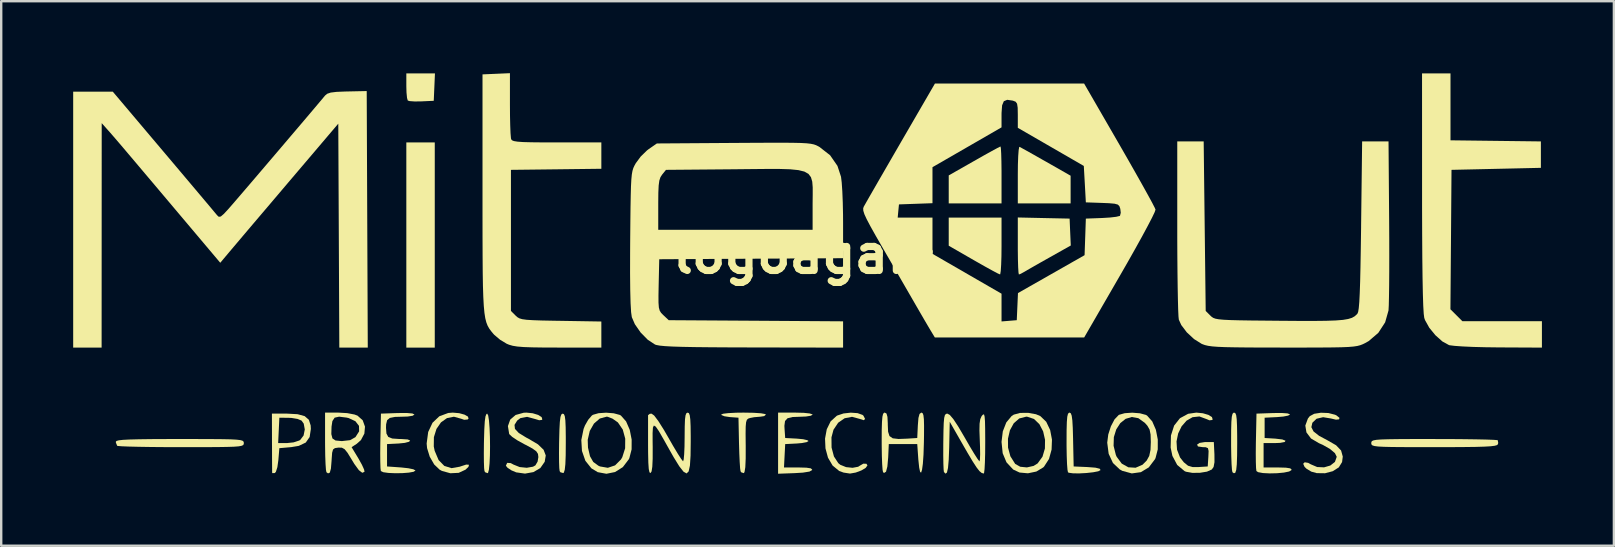
<source format=kicad_pcb>
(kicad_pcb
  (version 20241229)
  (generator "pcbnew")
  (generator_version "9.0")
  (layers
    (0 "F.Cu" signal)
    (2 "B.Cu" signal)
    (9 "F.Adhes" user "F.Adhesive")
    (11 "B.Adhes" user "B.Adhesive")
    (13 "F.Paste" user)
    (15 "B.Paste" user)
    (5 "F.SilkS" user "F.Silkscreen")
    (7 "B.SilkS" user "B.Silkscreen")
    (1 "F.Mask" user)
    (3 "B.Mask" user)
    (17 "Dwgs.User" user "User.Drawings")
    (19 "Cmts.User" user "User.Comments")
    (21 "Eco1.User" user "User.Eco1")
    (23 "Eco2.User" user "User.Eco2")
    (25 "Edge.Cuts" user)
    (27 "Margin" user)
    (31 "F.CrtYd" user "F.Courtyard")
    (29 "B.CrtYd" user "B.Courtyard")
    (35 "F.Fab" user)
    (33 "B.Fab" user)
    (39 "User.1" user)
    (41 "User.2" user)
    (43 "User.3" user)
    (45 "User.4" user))
  (footprint "logoagain"
    (layer "F.Cu")
    (at 30.522 7.543)
    (property "Reference" "logoagain" (at 0 0 0) (layer "F.SilkS") (effects (font (size 1.5 1.5) (thickness 0.3))))
    (attr board_only exclude_from_pos_files exclude_from_bom)
    (fp_poly (pts (xy -15.452 -0.381) (xy -15.452 3.895) (xy -16.044 3.895) (xy -16.637 3.895) (xy -16.637 -0.381) (xy -16.637 -4.657) (xy -16.044 -4.657) (xy -15.452 -4.657)) (stroke (width 0) (type solid)) (fill yes) (layer "F.SilkS"))
    (fp_poly (pts (xy -15.469 -6.964) (xy -15.494 -6.392) (xy -16.005 -6.368) (xy -16.287 -6.364) (xy -16.496 -6.379) (xy -16.577 -6.403) (xy -16.608 -6.513) (xy -16.63 -6.741) (xy -16.637 -6.999) (xy -16.637 -7.535) (xy -16.04 -7.535) (xy -15.444 -7.535)) (stroke (width 0) (type solid)) (fill yes) (layer "F.SilkS"))
    (fp_poly (pts (xy 8.143 -4.408) (xy 8.156 -4.189) (xy 8.165 -3.862) (xy 8.17 -3.456) (xy 8.17 -3.302) (xy 8.17 -2.117) (xy 7.07 -2.117) (xy 5.969 -2.117) (xy 5.969 -2.699) (xy 5.969 -3.282) (xy 7.027 -3.884) (xy 7.406 -4.099) (xy 7.732 -4.28) (xy 7.975 -4.412) (xy 8.11 -4.481) (xy 8.128 -4.487)) (stroke (width 0) (type solid)) (fill yes) (layer "F.SilkS"))
    (fp_poly (pts (xy 8.17 -0.339) (xy 8.166 0.087) (xy 8.154 0.445) (xy 8.137 0.704) (xy 8.115 0.835) (xy 8.107 0.844) (xy 8.014 0.804) (xy 7.804 0.693) (xy 7.503 0.527) (xy 7.141 0.322) (xy 7.006 0.245) (xy 5.969 -0.352) (xy 5.969 -0.938) (xy 5.969 -1.524) (xy 7.07 -1.524) (xy 8.17 -1.524)) (stroke (width 0) (type solid)) (fill yes) (layer "F.SilkS"))
    (fp_poly (pts (xy 9.012 -4.423) (xy 9.226 -4.305) (xy 9.529 -4.135) (xy 9.893 -3.928) (xy 10.018 -3.858) (xy 11.049 -3.27) (xy 11.049 -2.693) (xy 11.049 -2.117) (xy 9.948 -2.117) (xy 8.848 -2.117) (xy 8.848 -3.309) (xy 8.852 -3.733) (xy 8.865 -4.087) (xy 8.884 -4.341) (xy 8.908 -4.466) (xy 8.917 -4.473)) (stroke (width 0) (type solid)) (fill yes) (layer "F.SilkS"))
    (fp_poly (pts (xy 9.927 -1.505) (xy 11.007 -1.482) (xy 11.031 -0.921) (xy 11.056 -0.361) (xy 10.185 0.129) (xy 9.822 0.333) (xy 9.499 0.517) (xy 9.251 0.659) (xy 9.126 0.733) (xy 8.969 0.819) (xy 8.893 0.847) (xy 8.877 0.767) (xy 8.863 0.548) (xy 8.853 0.221) (xy 8.848 -0.185) (xy 8.848 -0.341) (xy 8.848 -1.529)) (stroke (width 0) (type solid)) (fill yes) (layer "F.SilkS"))
    (fp_poly (pts (xy -13.225 6.725) (xy -13.192 6.937) (xy -13.168 7.245) (xy -13.153 7.615) (xy -13.148 8.009) (xy -13.153 8.393) (xy -13.169 8.729) (xy -13.195 8.983) (xy -13.232 9.117) (xy -13.245 9.128) (xy -13.35 9.091) (xy -13.38 9.041) (xy -13.395 8.916) (xy -13.404 8.658) (xy -13.407 8.3) (xy -13.403 7.88) (xy -13.401 7.785) (xy -13.387 7.301) (xy -13.367 6.966) (xy -13.338 6.76) (xy -13.298 6.662) (xy -13.266 6.646)) (stroke (width 0) (type solid)) (fill yes) (layer "F.SilkS"))
    (fp_poly (pts (xy 17.914 6.627) (xy 17.95 6.712) (xy 17.972 6.882) (xy 17.985 7.161) (xy 17.991 7.572) (xy 17.992 7.874) (xy 17.988 8.394) (xy 17.975 8.762) (xy 17.951 8.996) (xy 17.911 9.113) (xy 17.854 9.131) (xy 17.794 9.088) (xy 17.774 8.987) (xy 17.757 8.749) (xy 17.745 8.405) (xy 17.738 7.987) (xy 17.738 7.818) (xy 17.74 7.333) (xy 17.749 6.994) (xy 17.767 6.776) (xy 17.797 6.655) (xy 17.841 6.608) (xy 17.865 6.604)) (stroke (width 0) (type solid)) (fill yes) (layer "F.SilkS"))
    (fp_poly (pts (xy -10.067 6.67) (xy -10.032 6.756) (xy -10.009 6.929) (xy -9.996 7.213) (xy -9.991 7.631) (xy -9.991 7.867) (xy -9.995 8.385) (xy -10.009 8.752) (xy -10.034 8.985) (xy -10.072 9.102) (xy -10.096 9.123) (xy -10.215 9.09) (xy -10.247 9.041) (xy -10.262 8.916) (xy -10.271 8.658) (xy -10.274 8.3) (xy -10.27 7.88) (xy -10.268 7.785) (xy -10.256 7.316) (xy -10.239 6.992) (xy -10.214 6.789) (xy -10.178 6.682) (xy -10.127 6.647) (xy -10.118 6.646)) (stroke (width 0) (type solid)) (fill yes) (layer "F.SilkS"))
    (fp_poly (pts (xy 11.057 6.632) (xy 11.094 6.731) (xy 11.121 6.926) (xy 11.139 7.242) (xy 11.152 7.701) (xy 11.152 7.726) (xy 11.176 8.848) (xy 11.753 8.873) (xy 12.086 8.899) (xy 12.263 8.943) (xy 12.297 8.999) (xy 12.203 9.049) (xy 11.991 9.09) (xy 11.712 9.121) (xy 11.416 9.137) (xy 11.155 9.135) (xy 10.979 9.111) (xy 10.94 9.092) (xy 10.919 8.99) (xy 10.9 8.75) (xy 10.887 8.405) (xy 10.88 7.987) (xy 10.88 7.818) (xy 10.882 7.332) (xy 10.892 6.991) (xy 10.91 6.773) (xy 10.94 6.653) (xy 10.985 6.607) (xy 11.004 6.604)) (stroke (width 0) (type solid)) (fill yes) (layer "F.SilkS"))
    (fp_poly (pts (xy -2.162 6.611) (xy -1.855 6.632) (xy -1.681 6.664) (xy -1.651 6.689) (xy -1.724 6.75) (xy -1.884 6.774) (xy -2.14 6.795) (xy -2.311 6.828) (xy -2.39 6.855) (xy -2.444 6.905) (xy -2.477 7.007) (xy -2.493 7.189) (xy -2.497 7.48) (xy -2.493 7.906) (xy -2.492 7.988) (xy -2.493 8.516) (xy -2.509 8.88) (xy -2.542 9.081) (xy -2.573 9.127) (xy -2.681 9.091) (xy -2.708 9.045) (xy -2.726 8.921) (xy -2.743 8.664) (xy -2.759 8.311) (xy -2.771 7.899) (xy -2.772 7.874) (xy -2.794 6.816) (xy -3.154 6.79) (xy -3.374 6.757) (xy -3.501 6.706) (xy -3.514 6.684) (xy -3.434 6.651) (xy -3.217 6.625) (xy -2.893 6.608) (xy -2.582 6.604)) (stroke (width 0) (type solid)) (fill yes) (layer "F.SilkS"))
    (fp_poly (pts (xy -0.073 6.613) (xy 0.175 6.639) (xy 0.291 6.678) (xy 0.296 6.689) (xy 0.22 6.734) (xy 0.021 6.766) (xy -0.191 6.775) (xy -0.54 6.788) (xy -0.75 6.84) (xy -0.854 6.955) (xy -0.88 7.155) (xy -0.873 7.29) (xy -0.847 7.662) (xy -0.36 7.688) (xy -0.098 7.713) (xy 0.078 7.754) (xy 0.127 7.789) (xy 0.05 7.834) (xy -0.149 7.872) (xy -0.36 7.891) (xy -0.847 7.916) (xy -0.872 8.403) (xy -0.897 8.89) (xy -0.294 8.89) (xy 0.037 8.899) (xy 0.221 8.927) (xy 0.278 8.979) (xy 0.275 8.996) (xy 0.167 9.061) (xy -0.109 9.105) (xy -0.451 9.126) (xy -1.143 9.151) (xy -1.143 7.877) (xy -1.143 6.604) (xy -0.423 6.604)) (stroke (width 0) (type solid)) (fill yes) (layer "F.SilkS"))
    (fp_poly (pts (xy -14.432 6.628) (xy -14.21 6.689) (xy -14.069 6.77) (xy -14.044 6.855) (xy -14.082 6.891) (xy -14.226 6.903) (xy -14.344 6.862) (xy -14.653 6.775) (xy -14.943 6.833) (xy -15.193 7.011) (xy -15.381 7.284) (xy -15.488 7.626) (xy -15.493 8.014) (xy -15.456 8.195) (xy -15.292 8.581) (xy -15.054 8.825) (xy -14.753 8.919) (xy -14.403 8.857) (xy -14.376 8.846) (xy -14.14 8.769) (xy -14.026 8.777) (xy -14.047 8.863) (xy -14.17 8.982) (xy -14.455 9.114) (xy -14.803 9.131) (xy -15.153 9.034) (xy -15.248 8.983) (xy -15.476 8.765) (xy -15.661 8.443) (xy -15.772 8.084) (xy -15.79 7.893) (xy -15.726 7.411) (xy -15.546 7.027) (xy -15.262 6.757) (xy -14.89 6.619) (xy -14.699 6.604)) (stroke (width 0) (type solid)) (fill yes) (layer "F.SilkS"))
    (fp_poly (pts (xy -25.336 7.705) (xy -24.746 7.707) (xy -24.291 7.711) (xy -23.953 7.718) (xy -23.715 7.731) (xy -23.559 7.749) (xy -23.468 7.774) (xy -23.425 7.807) (xy -23.411 7.849) (xy -23.41 7.874) (xy -23.415 7.922) (xy -23.441 7.959) (xy -23.507 7.988) (xy -23.629 8.01) (xy -23.825 8.025) (xy -24.113 8.034) (xy -24.51 8.04) (xy -25.034 8.043) (xy -25.703 8.043) (xy -26.021 8.043) (xy -26.67 8.042) (xy -27.263 8.037) (xy -27.78 8.029) (xy -28.201 8.019) (xy -28.503 8.007) (xy -28.666 7.993) (xy -28.688 7.987) (xy -28.741 7.858) (xy -28.744 7.818) (xy -28.716 7.785) (xy -28.622 7.759) (xy -28.446 7.739) (xy -28.172 7.725) (xy -27.787 7.715) (xy -27.273 7.708) (xy -26.615 7.705) (xy -26.077 7.705)) (stroke (width 0) (type solid)) (fill yes) (layer "F.SilkS"))
    (fp_poly (pts (xy 26.839 7.706) (xy 27.431 7.711) (xy 27.948 7.718) (xy 28.367 7.727) (xy 28.668 7.738) (xy 28.83 7.75) (xy 28.851 7.755) (xy 28.871 7.868) (xy 28.856 7.925) (xy 28.818 7.959) (xy 28.722 7.986) (xy 28.552 8.007) (xy 28.29 8.022) (xy 27.922 8.033) (xy 27.429 8.039) (xy 26.797 8.043) (xy 26.195 8.043) (xy 25.462 8.043) (xy 24.88 8.041) (xy 24.432 8.037) (xy 24.101 8.029) (xy 23.869 8.017) (xy 23.719 7.998) (xy 23.632 7.972) (xy 23.592 7.938) (xy 23.58 7.895) (xy 23.58 7.874) (xy 23.585 7.826) (xy 23.611 7.789) (xy 23.676 7.76) (xy 23.798 7.738) (xy 23.994 7.723) (xy 24.282 7.714) (xy 24.679 7.708) (xy 25.203 7.705) (xy 25.872 7.705) (xy 26.19 7.705)) (stroke (width 0) (type solid)) (fill yes) (layer "F.SilkS"))
    (fp_poly (pts (xy 20.09 6.637) (xy 20.191 6.675) (xy 20.193 6.681) (xy 20.116 6.728) (xy 19.915 6.768) (xy 19.664 6.79) (xy 19.135 6.816) (xy 19.135 7.239) (xy 19.135 7.662) (xy 19.579 7.688) (xy 19.874 7.723) (xy 20.005 7.775) (xy 19.973 7.828) (xy 19.781 7.865) (xy 19.558 7.874) (xy 19.092 7.874) (xy 19.092 8.382) (xy 19.092 8.89) (xy 19.692 8.89) (xy 20.022 8.899) (xy 20.204 8.927) (xy 20.26 8.98) (xy 20.257 8.996) (xy 20.158 9.058) (xy 19.939 9.103) (xy 19.652 9.13) (xy 19.344 9.137) (xy 19.065 9.123) (xy 18.864 9.086) (xy 18.793 9.039) (xy 18.778 8.915) (xy 18.769 8.657) (xy 18.766 8.3) (xy 18.77 7.88) (xy 18.772 7.785) (xy 18.796 6.646) (xy 19.494 6.622) (xy 19.85 6.619)) (stroke (width 0) (type solid)) (fill yes) (layer "F.SilkS"))
    (fp_poly (pts (xy 2.171 6.626) (xy 2.376 6.699) (xy 2.415 6.733) (xy 2.484 6.87) (xy 2.423 6.92) (xy 2.256 6.865) (xy 1.939 6.779) (xy 1.631 6.839) (xy 1.362 7.025) (xy 1.167 7.316) (xy 1.082 7.634) (xy 1.086 8.059) (xy 1.185 8.432) (xy 1.365 8.709) (xy 1.451 8.779) (xy 1.691 8.876) (xy 1.962 8.904) (xy 2.193 8.861) (xy 2.272 8.811) (xy 2.41 8.732) (xy 2.538 8.735) (xy 2.582 8.803) (xy 2.509 8.906) (xy 2.327 9.015) (xy 2.094 9.102) (xy 1.868 9.142) (xy 1.846 9.143) (xy 1.585 9.103) (xy 1.405 9.037) (xy 1.129 8.81) (xy 0.937 8.483) (xy 0.832 8.095) (xy 0.814 7.687) (xy 0.886 7.298) (xy 1.048 6.968) (xy 1.302 6.737) (xy 1.324 6.725) (xy 1.584 6.639) (xy 1.887 6.606)) (stroke (width 0) (type solid)) (fill yes) (layer "F.SilkS"))
    (fp_poly (pts (xy 26.882 -6.14) (xy 26.882 -4.745) (xy 28.765 -4.722) (xy 30.649 -4.699) (xy 30.649 -4.149) (xy 30.649 -3.598) (xy 28.787 -3.556) (xy 26.924 -3.514) (xy 26.902 -0.608) (xy 26.879 2.297) (xy 27.128 2.545) (xy 27.377 2.794) (xy 29.034 2.794) (xy 30.692 2.794) (xy 30.692 3.344) (xy 30.692 3.895) (xy 28.892 3.886) (xy 28.338 3.879) (xy 27.826 3.866) (xy 27.386 3.846) (xy 27.05 3.822) (xy 26.845 3.796) (xy 26.817 3.789) (xy 26.542 3.637) (xy 26.253 3.379) (xy 25.997 3.066) (xy 25.82 2.748) (xy 25.788 2.655) (xy 25.766 2.485) (xy 25.746 2.147) (xy 25.73 1.644) (xy 25.717 0.979) (xy 25.707 0.152) (xy 25.701 -0.834) (xy 25.697 -1.977) (xy 25.697 -2.604) (xy 25.696 -7.535) (xy 26.289 -7.535) (xy 26.882 -7.535)) (stroke (width 0) (type solid)) (fill yes) (layer "F.SilkS"))
    (fp_poly (pts (xy -21.169 6.67) (xy -20.875 6.75) (xy -20.7 6.902) (xy -20.624 7.138) (xy -20.616 7.285) (xy -20.667 7.622) (xy -20.829 7.852) (xy -21.12 7.99) (xy -21.433 8.042) (xy -21.929 8.086) (xy -21.971 8.587) (xy -22.012 8.879) (xy -22.073 9.071) (xy -22.119 9.123) (xy -22.218 9.126) (xy -22.229 9.109) (xy -22.23 9.011) (xy -22.232 8.775) (xy -22.234 8.433) (xy -22.235 8.017) (xy -22.236 7.874) (xy -21.979 7.874) (xy -21.613 7.874) (xy -21.336 7.844) (xy -21.103 7.768) (xy -21.059 7.742) (xy -20.919 7.557) (xy -20.869 7.306) (xy -20.913 7.063) (xy -21.004 6.937) (xy -21.168 6.868) (xy -21.421 6.826) (xy -21.534 6.821) (xy -21.929 6.816) (xy -21.954 7.345) (xy -21.979 7.874) (xy -22.236 7.874) (xy -22.236 7.853) (xy -22.239 6.646) (xy -21.606 6.646)) (stroke (width 0) (type solid)) (fill yes) (layer "F.SilkS"))
    (fp_poly (pts (xy -16.383 6.64) (xy -16.298 6.684) (xy -16.298 6.685) (xy -16.376 6.735) (xy -16.579 6.767) (xy -16.757 6.773) (xy -17.109 6.783) (xy -17.325 6.825) (xy -17.438 6.92) (xy -17.479 7.091) (xy -17.484 7.239) (xy -17.466 7.476) (xy -17.39 7.617) (xy -17.222 7.684) (xy -16.927 7.704) (xy -16.842 7.705) (xy -16.582 7.722) (xy -16.478 7.765) (xy -16.52 7.817) (xy -16.7 7.865) (xy -16.954 7.891) (xy -17.441 7.916) (xy -17.441 8.382) (xy -17.441 8.848) (xy -16.849 8.89) (xy -16.557 8.922) (xy -16.345 8.966) (xy -16.256 9.014) (xy -16.256 9.017) (xy -16.333 9.069) (xy -16.531 9.105) (xy -16.803 9.126) (xy -17.104 9.13) (xy -17.384 9.118) (xy -17.598 9.088) (xy -17.698 9.039) (xy -17.699 9.037) (xy -17.714 8.914) (xy -17.722 8.657) (xy -17.725 8.3) (xy -17.721 7.88) (xy -17.719 7.785) (xy -17.695 6.646) (xy -16.997 6.622) (xy -16.621 6.619)) (stroke (width 0) (type solid)) (fill yes) (layer "F.SilkS"))
    (fp_poly (pts (xy 9.605 6.672) (xy 9.785 6.748) (xy 10.033 6.986) (xy 10.196 7.328) (xy 10.272 7.729) (xy 10.256 8.146) (xy 10.148 8.536) (xy 9.944 8.852) (xy 9.909 8.887) (xy 9.621 9.06) (xy 9.27 9.133) (xy 8.921 9.101) (xy 8.655 8.976) (xy 8.376 8.675) (xy 8.218 8.298) (xy 8.17 7.825) (xy 8.186 7.691) (xy 8.438 7.691) (xy 8.441 8.064) (xy 8.539 8.425) (xy 8.738 8.74) (xy 8.74 8.742) (xy 8.948 8.86) (xy 9.227 8.888) (xy 9.507 8.825) (xy 9.675 8.72) (xy 9.878 8.439) (xy 9.978 8.099) (xy 9.983 7.736) (xy 9.904 7.386) (xy 9.747 7.085) (xy 9.523 6.869) (xy 9.241 6.775) (xy 9.198 6.773) (xy 8.907 6.848) (xy 8.679 7.049) (xy 8.519 7.341) (xy 8.438 7.691) (xy 8.186 7.691) (xy 8.223 7.386) (xy 8.368 7.014) (xy 8.589 6.748) (xy 8.68 6.688) (xy 8.942 6.617) (xy 9.277 6.613)) (stroke (width 0) (type solid)) (fill yes) (layer "F.SilkS"))
    (fp_poly (pts (xy 21.791 6.621) (xy 22.069 6.692) (xy 22.131 6.722) (xy 22.255 6.822) (xy 22.239 6.885) (xy 22.108 6.898) (xy 21.895 6.848) (xy 21.573 6.795) (xy 21.3 6.859) (xy 21.125 7.026) (xy 21.083 7.211) (xy 21.173 7.388) (xy 21.406 7.572) (xy 21.751 7.756) (xy 22.113 7.964) (xy 22.322 8.183) (xy 22.392 8.436) (xy 22.363 8.665) (xy 22.227 8.886) (xy 21.975 9.046) (xy 21.653 9.131) (xy 21.306 9.126) (xy 21.079 9.063) (xy 20.885 8.946) (xy 20.8 8.865) (xy 20.742 8.735) (xy 20.805 8.674) (xy 20.951 8.698) (xy 21.058 8.758) (xy 21.325 8.872) (xy 21.612 8.885) (xy 21.874 8.809) (xy 22.065 8.659) (xy 22.14 8.447) (xy 22.14 8.445) (xy 22.065 8.293) (xy 21.86 8.119) (xy 21.56 7.949) (xy 21.397 7.877) (xy 21.069 7.683) (xy 20.878 7.429) (xy 20.831 7.144) (xy 20.938 6.853) (xy 21.017 6.752) (xy 21.2 6.653) (xy 21.48 6.609)) (stroke (width 0) (type solid)) (fill yes) (layer "F.SilkS"))
    (fp_poly (pts (xy -7.993 6.632) (xy -7.743 6.699) (xy -7.692 6.728) (xy -7.478 6.97) (xy -7.326 7.32) (xy -7.246 7.726) (xy -7.248 8.137) (xy -7.341 8.499) (xy -7.364 8.548) (xy -7.613 8.875) (xy -7.937 9.08) (xy -8.298 9.153) (xy -8.66 9.086) (xy -8.923 8.927) (xy -9.175 8.611) (xy -9.317 8.203) (xy -9.344 7.746) (xy -9.342 7.737) (xy -9.077 7.737) (xy -9.066 8.063) (xy -8.981 8.424) (xy -8.846 8.661) (xy -8.636 8.815) (xy -8.567 8.847) (xy -8.239 8.904) (xy -7.938 8.803) (xy -7.691 8.556) (xy -7.636 8.462) (xy -7.518 8.091) (xy -7.514 7.688) (xy -7.616 7.311) (xy -7.816 7.018) (xy -7.829 7.006) (xy -8.043 6.856) (xy -8.248 6.777) (xy -8.287 6.773) (xy -8.575 6.851) (xy -8.817 7.061) (xy -8.992 7.368) (xy -9.077 7.737) (xy -9.342 7.737) (xy -9.249 7.283) (xy -9.192 7.14) (xy -9.057 6.903) (xy -8.909 6.73) (xy -8.86 6.695) (xy -8.625 6.628) (xy -8.311 6.607)) (stroke (width 0) (type solid)) (fill yes) (layer "F.SilkS"))
    (fp_poly (pts (xy 4.881 6.627) (xy 4.914 6.711) (xy 4.934 6.881) (xy 4.941 7.159) (xy 4.939 7.57) (xy 4.934 7.853) (xy 4.918 8.354) (xy 4.891 8.736) (xy 4.856 8.989) (xy 4.818 9.105) (xy 4.777 9.077) (xy 4.738 8.897) (xy 4.702 8.556) (xy 4.699 8.509) (xy 4.657 7.916) (xy 4.064 7.916) (xy 3.471 7.916) (xy 3.446 8.467) (xy 3.412 8.85) (xy 3.356 9.067) (xy 3.276 9.118) (xy 3.233 9.089) (xy 3.212 8.988) (xy 3.195 8.749) (xy 3.182 8.405) (xy 3.176 7.987) (xy 3.175 7.818) (xy 3.177 7.333) (xy 3.187 6.994) (xy 3.205 6.776) (xy 3.234 6.655) (xy 3.278 6.608) (xy 3.302 6.604) (xy 3.376 6.643) (xy 3.415 6.782) (xy 3.429 7.052) (xy 3.429 7.11) (xy 3.442 7.401) (xy 3.5 7.581) (xy 3.636 7.675) (xy 3.879 7.703) (xy 4.239 7.689) (xy 4.657 7.662) (xy 4.682 7.133) (xy 4.707 6.826) (xy 4.752 6.659) (xy 4.824 6.604) (xy 4.832 6.604)) (stroke (width 0) (type solid)) (fill yes) (layer "F.SilkS"))
    (fp_poly (pts (xy 13.936 6.632) (xy 14.186 6.699) (xy 14.236 6.728) (xy 14.451 6.97) (xy 14.603 7.32) (xy 14.682 7.726) (xy 14.681 8.137) (xy 14.588 8.499) (xy 14.564 8.548) (xy 14.307 8.887) (xy 13.976 9.086) (xy 13.599 9.138) (xy 13.208 9.033) (xy 13.097 8.972) (xy 12.813 8.703) (xy 12.635 8.32) (xy 12.592 7.987) (xy 12.84 7.987) (xy 12.934 8.365) (xy 12.968 8.443) (xy 13.18 8.729) (xy 13.455 8.883) (xy 13.757 8.901) (xy 14.045 8.777) (xy 14.218 8.604) (xy 14.326 8.409) (xy 14.379 8.158) (xy 14.392 7.829) (xy 14.382 7.517) (xy 14.341 7.313) (xy 14.251 7.154) (xy 14.143 7.031) (xy 13.872 6.836) (xy 13.599 6.787) (xy 13.343 6.863) (xy 13.12 7.042) (xy 12.951 7.304) (xy 12.851 7.626) (xy 12.84 7.987) (xy 12.592 7.987) (xy 12.575 7.856) (xy 12.618 7.516) (xy 12.728 7.174) (xy 12.88 6.885) (xy 13.053 6.704) (xy 13.068 6.695) (xy 13.304 6.628) (xy 13.618 6.607)) (stroke (width 0) (type solid)) (fill yes) (layer "F.SilkS"))
    (fp_poly (pts (xy 16.561 6.631) (xy 16.79 6.698) (xy 16.939 6.789) (xy 16.969 6.885) (xy 16.951 6.911) (xy 16.836 6.925) (xy 16.719 6.876) (xy 16.416 6.764) (xy 16.131 6.795) (xy 15.879 6.941) (xy 15.675 7.176) (xy 15.531 7.474) (xy 15.463 7.806) (xy 15.484 8.148) (xy 15.609 8.472) (xy 15.766 8.673) (xy 15.944 8.818) (xy 16.136 8.874) (xy 16.377 8.873) (xy 16.764 8.848) (xy 16.79 8.445) (xy 16.8 8.203) (xy 16.772 8.085) (xy 16.68 8.047) (xy 16.55 8.043) (xy 16.357 8.015) (xy 16.32 7.937) (xy 16.422 7.867) (xy 16.634 7.833) (xy 16.686 7.832) (xy 17.018 7.832) (xy 17.043 8.347) (xy 17.045 8.672) (xy 17.008 8.87) (xy 16.934 8.974) (xy 16.732 9.064) (xy 16.437 9.112) (xy 16.122 9.115) (xy 15.859 9.068) (xy 15.798 9.042) (xy 15.491 8.784) (xy 15.291 8.408) (xy 15.218 8.06) (xy 15.231 7.556) (xy 15.364 7.143) (xy 15.607 6.837) (xy 15.947 6.653) (xy 16.289 6.604)) (stroke (width 0) (type solid)) (fill yes) (layer "F.SilkS"))
    (fp_poly (pts (xy -11.37 6.631) (xy -11.146 6.699) (xy -10.999 6.79) (xy -10.969 6.884) (xy -10.985 6.907) (xy -11.1 6.922) (xy -11.264 6.872) (xy -11.604 6.78) (xy -11.884 6.834) (xy -12.017 6.936) (xy -12.128 7.115) (xy -12.11 7.282) (xy -11.951 7.452) (xy -11.641 7.643) (xy -11.541 7.695) (xy -11.15 7.927) (xy -10.916 8.153) (xy -10.826 8.389) (xy -10.87 8.653) (xy -10.87 8.654) (xy -11.053 8.915) (xy -11.34 9.083) (xy -11.69 9.146) (xy -12.058 9.094) (xy -12.255 9.011) (xy -12.418 8.903) (xy -12.488 8.818) (xy -12.488 8.817) (xy -12.434 8.698) (xy -12.286 8.708) (xy -12.168 8.771) (xy -11.914 8.873) (xy -11.618 8.903) (xy -11.357 8.858) (xy -11.258 8.803) (xy -11.166 8.647) (xy -11.134 8.457) (xy -11.15 8.325) (xy -11.221 8.216) (xy -11.378 8.102) (xy -11.653 7.953) (xy -11.716 7.922) (xy -12.002 7.764) (xy -12.225 7.615) (xy -12.344 7.503) (xy -12.351 7.49) (xy -12.403 7.165) (xy -12.307 6.895) (xy -12.082 6.702) (xy -11.745 6.609) (xy -11.631 6.604)) (stroke (width 0) (type solid)) (fill yes) (layer "F.SilkS"))
    (fp_poly (pts (xy 6.015 6.702) (xy 6.163 6.876) (xy 6.363 7.18) (xy 6.626 7.627) (xy 6.633 7.64) (xy 6.843 8.004) (xy 7.026 8.309) (xy 7.165 8.526) (xy 7.243 8.63) (xy 7.251 8.635) (xy 7.27 8.557) (xy 7.278 8.345) (xy 7.274 8.034) (xy 7.264 7.768) (xy 7.249 7.35) (xy 7.255 7.065) (xy 7.283 6.879) (xy 7.337 6.756) (xy 7.355 6.731) (xy 7.406 6.679) (xy 7.442 6.685) (xy 7.465 6.772) (xy 7.48 6.96) (xy 7.487 7.27) (xy 7.49 7.723) (xy 7.49 7.853) (xy 7.487 8.299) (xy 7.477 8.678) (xy 7.462 8.961) (xy 7.442 9.119) (xy 7.429 9.143) (xy 7.345 9.12) (xy 7.25 9.042) (xy 7.129 8.887) (xy 6.966 8.636) (xy 6.747 8.268) (xy 6.593 8.001) (xy 6.011 6.985) (xy 5.988 8.064) (xy 5.969 8.567) (xy 5.939 8.91) (xy 5.895 9.101) (xy 5.836 9.148) (xy 5.769 9.079) (xy 5.756 8.974) (xy 5.746 8.733) (xy 5.741 8.388) (xy 5.742 7.972) (xy 5.743 7.83) (xy 5.75 7.36) (xy 5.761 7.033) (xy 5.78 6.824) (xy 5.81 6.708) (xy 5.855 6.657) (xy 5.913 6.646)) (stroke (width 0) (type solid)) (fill yes) (layer "F.SilkS"))
    (fp_poly (pts (xy -4.86 6.627) (xy -4.825 6.714) (xy -4.802 6.886) (xy -4.789 7.17) (xy -4.784 7.588) (xy -4.784 7.827) (xy -4.791 8.401) (xy -4.817 8.809) (xy -4.87 9.054) (xy -4.956 9.139) (xy -5.084 9.067) (xy -5.261 8.841) (xy -5.494 8.464) (xy -5.657 8.177) (xy -5.922 7.705) (xy -6.112 7.376) (xy -6.241 7.189) (xy -6.32 7.141) (xy -6.36 7.23) (xy -6.373 7.454) (xy -6.372 7.81) (xy -6.369 8.038) (xy -6.37 8.525) (xy -6.385 8.858) (xy -6.415 9.053) (xy -6.46 9.124) (xy -6.503 9.093) (xy -6.533 8.954) (xy -6.551 8.691) (xy -6.56 8.287) (xy -6.562 7.966) (xy -6.562 7.532) (xy -6.562 7.159) (xy -6.562 6.88) (xy -6.562 6.727) (xy -6.562 6.71) (xy -6.492 6.655) (xy -6.42 6.646) (xy -6.31 6.723) (xy -6.137 6.951) (xy -5.902 7.324) (xy -5.721 7.637) (xy -5.512 8.002) (xy -5.329 8.307) (xy -5.189 8.524) (xy -5.11 8.627) (xy -5.101 8.632) (xy -5.077 8.554) (xy -5.057 8.34) (xy -5.043 8.021) (xy -5.038 7.631) (xy -5.038 7.62) (xy -5.034 7.182) (xy -5.023 6.887) (xy -4.999 6.71) (xy -4.961 6.624) (xy -4.911 6.604)) (stroke (width 0) (type solid)) (fill yes) (layer "F.SilkS"))
    (fp_poly (pts (xy -19.102 6.625) (xy -18.797 6.683) (xy -18.672 6.73) (xy -18.455 6.924) (xy -18.36 7.189) (xy -18.386 7.48) (xy -18.53 7.75) (xy -18.701 7.902) (xy -18.918 8.044) (xy -18.628 8.524) (xy -18.487 8.778) (xy -18.398 8.975) (xy -18.38 9.071) (xy -18.473 9.112) (xy -18.614 9.004) (xy -18.805 8.742) (xy -18.923 8.547) (xy -19.088 8.278) (xy -19.21 8.128) (xy -19.323 8.066) (xy -19.464 8.062) (xy -19.473 8.063) (xy -19.612 8.083) (xy -19.691 8.14) (xy -19.729 8.275) (xy -19.748 8.527) (xy -19.753 8.615) (xy -19.78 8.938) (xy -19.827 9.107) (xy -19.901 9.137) (xy -19.967 9.088) (xy -19.987 8.987) (xy -20.004 8.749) (xy -20.017 8.405) (xy -20.023 7.987) (xy -20.024 7.818) (xy -20.024 7.499) (xy -19.763 7.499) (xy -19.716 7.681) (xy -19.587 7.766) (xy -19.351 7.789) (xy -19.307 7.789) (xy -18.98 7.752) (xy -18.763 7.629) (xy -18.754 7.62) (xy -18.604 7.384) (xy -18.61 7.156) (xy -18.76 6.962) (xy -19.042 6.831) (xy -19.129 6.811) (xy -19.439 6.773) (xy -19.624 6.814) (xy -19.719 6.957) (xy -19.754 7.186) (xy -19.763 7.499) (xy -20.024 7.499) (xy -20.024 6.604) (xy -19.469 6.604)) (stroke (width 0) (type solid)) (fill yes) (layer "F.SilkS"))
    (fp_poly (pts (xy -12.319 -6.234) (xy -12.316 -5.771) (xy -12.307 -5.363) (xy -12.294 -5.04) (xy -12.277 -4.838) (xy -12.268 -4.791) (xy -12.232 -4.746) (xy -12.151 -4.713) (xy -12.003 -4.689) (xy -11.767 -4.672) (xy -11.424 -4.663) (xy -10.951 -4.658) (xy -10.363 -4.657) (xy -8.509 -4.657) (xy -8.509 -4.108) (xy -8.509 -3.559) (xy -10.393 -3.536) (xy -12.277 -3.514) (xy -12.277 -0.574) (xy -12.277 2.366) (xy -12.084 2.559) (xy -12.011 2.625) (xy -11.927 2.674) (xy -11.806 2.71) (xy -11.624 2.735) (xy -11.357 2.752) (xy -10.98 2.765) (xy -10.469 2.775) (xy -10.2 2.779) (xy -8.509 2.807) (xy -8.509 3.351) (xy -8.509 3.895) (xy -10.308 3.893) (xy -10.924 3.891) (xy -11.395 3.884) (xy -11.748 3.871) (xy -12.008 3.85) (xy -12.201 3.819) (xy -12.351 3.776) (xy -12.45 3.736) (xy -12.726 3.57) (xy -12.974 3.36) (xy -13.014 3.316) (xy -13.105 3.206) (xy -13.182 3.1) (xy -13.248 2.984) (xy -13.302 2.845) (xy -13.347 2.669) (xy -13.382 2.442) (xy -13.409 2.151) (xy -13.429 1.783) (xy -13.444 1.324) (xy -13.453 0.76) (xy -13.458 0.078) (xy -13.461 -0.736) (xy -13.462 -1.696) (xy -13.462 -2.54) (xy -13.462 -7.493) (xy -12.89 -7.518) (xy -12.319 -7.543)) (stroke (width 0) (type solid)) (fill yes) (layer "F.SilkS"))
    (fp_poly (pts (xy -18.266 -1.451) (xy -18.244 3.895) (xy -18.837 3.895) (xy -19.43 3.895) (xy -19.451 -0.772) (xy -19.473 -5.439) (xy -20.574 -4.143) (xy -21.006 -3.635) (xy -21.491 -3.065) (xy -21.983 -2.485) (xy -22.438 -1.949) (xy -22.691 -1.652) (xy -23.042 -1.239) (xy -23.381 -0.839) (xy -23.682 -0.483) (xy -23.92 -0.202) (xy -24.049 -0.049) (xy -24.392 0.359) (xy -25.912 -1.443) (xy -26.549 -2.198) (xy -27.087 -2.836) (xy -27.536 -3.367) (xy -27.904 -3.803) (xy -28.202 -4.155) (xy -28.439 -4.435) (xy -28.626 -4.654) (xy -28.771 -4.823) (xy -28.885 -4.955) (xy -28.977 -5.061) (xy -29.057 -5.151) (xy -29.06 -5.154) (xy -29.333 -5.461) (xy -29.335 -0.783) (xy -29.337 3.895) (xy -29.93 3.895) (xy -30.522 3.895) (xy -30.522 -1.439) (xy -30.522 -6.773) (xy -29.697 -6.773) (xy -28.871 -6.773) (xy -26.755 -4.27) (xy -26.28 -3.708) (xy -25.837 -3.183) (xy -25.438 -2.71) (xy -25.095 -2.303) (xy -24.821 -1.978) (xy -24.63 -1.749) (xy -24.532 -1.632) (xy -24.526 -1.624) (xy -24.453 -1.557) (xy -24.369 -1.57) (xy -24.241 -1.679) (xy -24.071 -1.863) (xy -23.953 -1.997) (xy -23.743 -2.24) (xy -23.456 -2.574) (xy -23.109 -2.979) (xy -22.719 -3.436) (xy -22.302 -3.925) (xy -21.874 -4.427) (xy -21.453 -4.922) (xy -21.054 -5.391) (xy -20.694 -5.815) (xy -20.39 -6.175) (xy -20.158 -6.45) (xy -20.024 -6.611) (xy -19.933 -6.686) (xy -19.786 -6.735) (xy -19.547 -6.764) (xy -19.182 -6.779) (xy -19.092 -6.781) (xy -18.288 -6.798)) (stroke (width 0) (type solid)) (fill yes) (layer "F.SilkS"))
    (fp_poly (pts (xy 16.637 -1.166) (xy 16.679 2.366) (xy 16.872 2.559) (xy 16.929 2.612) (xy 16.994 2.655) (xy 17.085 2.689) (xy 17.221 2.714) (xy 17.421 2.733) (xy 17.703 2.747) (xy 18.085 2.757) (xy 18.588 2.765) (xy 19.228 2.771) (xy 19.746 2.776) (xy 20.543 2.782) (xy 21.189 2.783) (xy 21.701 2.777) (xy 22.098 2.763) (xy 22.398 2.739) (xy 22.617 2.702) (xy 22.775 2.653) (xy 22.89 2.588) (xy 22.979 2.507) (xy 23.005 2.476) (xy 23.034 2.401) (xy 23.059 2.244) (xy 23.081 1.991) (xy 23.099 1.631) (xy 23.116 1.151) (xy 23.13 0.54) (xy 23.143 -0.216) (xy 23.156 -1.128) (xy 23.156 -1.177) (xy 23.199 -4.699) (xy 23.749 -4.699) (xy 24.299 -4.699) (xy 24.325 -1.397) (xy 24.329 -0.646) (xy 24.33 0.069) (xy 24.329 0.725) (xy 24.325 1.301) (xy 24.318 1.776) (xy 24.31 2.127) (xy 24.299 2.334) (xy 24.297 2.351) (xy 24.158 2.841) (xy 23.876 3.276) (xy 23.479 3.618) (xy 23.328 3.704) (xy 23.225 3.754) (xy 23.121 3.794) (xy 22.999 3.826) (xy 22.84 3.85) (xy 22.625 3.868) (xy 22.336 3.88) (xy 21.955 3.887) (xy 21.464 3.891) (xy 20.844 3.893) (xy 20.076 3.893) (xy 19.9 3.893) (xy 19.091 3.892) (xy 18.433 3.889) (xy 17.908 3.883) (xy 17.499 3.875) (xy 17.186 3.862) (xy 16.952 3.844) (xy 16.779 3.82) (xy 16.648 3.789) (xy 16.542 3.751) (xy 16.509 3.737) (xy 16.192 3.538) (xy 15.892 3.259) (xy 15.66 2.953) (xy 15.559 2.729) (xy 15.545 2.597) (xy 15.532 2.314) (xy 15.521 1.9) (xy 15.511 1.373) (xy 15.503 0.753) (xy 15.497 0.057) (xy 15.494 -0.694) (xy 15.494 -1.101) (xy 15.494 -4.699) (xy 16.044 -4.699) (xy 16.595 -4.699)) (stroke (width 0) (type solid)) (fill yes) (layer "F.SilkS"))
    (fp_poly (pts (xy -0.518 -4.641) (xy -0.197 -4.634) (xy 0.042 -4.621) (xy 0.217 -4.601) (xy 0.344 -4.575) (xy 0.442 -4.541) (xy 0.528 -4.498) (xy 0.585 -4.466) (xy 1.025 -4.122) (xy 1.331 -3.68) (xy 1.48 -3.226) (xy 1.509 -2.987) (xy 1.534 -2.619) (xy 1.553 -2.16) (xy 1.564 -1.651) (xy 1.566 -1.302) (xy 1.566 0.168) (xy -2.265 0.19) (xy -6.096 0.212) (xy -6.12 1.274) (xy -6.128 1.715) (xy -6.127 2.02) (xy -6.112 2.222) (xy -6.077 2.353) (xy -6.018 2.448) (xy -5.928 2.539) (xy -5.922 2.544) (xy -5.702 2.752) (xy -2.068 2.775) (xy 1.566 2.799) (xy 1.566 3.347) (xy 1.566 3.895) (xy -2.223 3.888) (xy -3.173 3.885) (xy -3.967 3.88) (xy -4.618 3.873) (xy -5.141 3.863) (xy -5.549 3.85) (xy -5.854 3.833) (xy -6.071 3.812) (xy -6.212 3.786) (xy -6.271 3.767) (xy -6.574 3.568) (xy -6.871 3.266) (xy -7.112 2.92) (xy -7.239 2.626) (xy -7.269 2.416) (xy -7.291 2.038) (xy -7.305 1.493) (xy -7.312 0.783) (xy -7.31 -0.092) (xy -7.307 -0.575) (xy -7.3 -1.345) (xy -7.293 -1.965) (xy -7.291 -2.065) (xy -6.138 -2.065) (xy -6.138 -1.016) (xy -2.921 -1.016) (xy 0.296 -1.016) (xy 0.296 -2.111) (xy 0.3 -2.48) (xy 0.3 -2.782) (xy 0.281 -3.022) (xy 0.227 -3.207) (xy 0.124 -3.345) (xy -0.045 -3.441) (xy -0.296 -3.503) (xy -0.643 -3.538) (xy -1.103 -3.552) (xy -1.691 -3.551) (xy -2.422 -3.544) (xy -2.986 -3.538) (xy -5.815 -3.514) (xy -5.977 -3.314) (xy -6.046 -3.207) (xy -6.092 -3.068) (xy -6.12 -2.863) (xy -6.134 -2.559) (xy -6.138 -2.123) (xy -6.138 -2.065) (xy -7.291 -2.065) (xy -7.284 -2.453) (xy -7.274 -2.829) (xy -7.259 -3.111) (xy -7.239 -3.319) (xy -7.212 -3.472) (xy -7.177 -3.588) (xy -7.132 -3.686) (xy -7.077 -3.785) (xy -7.076 -3.788) (xy -6.87 -4.067) (xy -6.609 -4.322) (xy -6.533 -4.38) (xy -6.195 -4.614) (xy -2.971 -4.636) (xy -2.147 -4.641) (xy -1.476 -4.644) (xy -0.938 -4.645)) (stroke (width 0) (type solid)) (fill yes) (layer "F.SilkS"))
    (fp_poly (pts (xy 13.087 -4.558) (xy 13.433 -3.956) (xy 13.752 -3.395) (xy 14.034 -2.895) (xy 14.268 -2.473) (xy 14.446 -2.147) (xy 14.555 -1.935) (xy 14.588 -1.858) (xy 14.553 -1.753) (xy 14.442 -1.52) (xy 14.263 -1.176) (xy 14.028 -0.739) (xy 13.744 -0.227) (xy 13.422 0.343) (xy 13.114 0.879) (xy 11.615 3.471) (xy 8.502 3.471) (xy 5.39 3.471) (xy 5.223 3.196) (xy 5.111 3.007) (xy 4.941 2.717) (xy 4.739 2.369) (xy 4.593 2.117) (xy 4.402 1.786) (xy 4.149 1.348) (xy 3.856 0.841) (xy 3.545 0.304) (xy 3.239 -0.224) (xy 3.23 -0.24) (xy 2.928 -0.764) (xy 2.705 -1.163) (xy 2.55 -1.457) (xy 2.519 -1.524) (xy 3.842 -1.524) (xy 4.567 -1.524) (xy 5.292 -1.524) (xy 5.292 -0.769) (xy 5.292 -0.014) (xy 6.731 0.817) (xy 8.17 1.648) (xy 8.17 2.226) (xy 8.17 2.804) (xy 8.488 2.778) (xy 8.805 2.752) (xy 8.83 2.187) (xy 8.855 1.622) (xy 10.243 0.832) (xy 11.631 0.042) (xy 11.658 -0.72) (xy 11.684 -1.482) (xy 12.361 -1.507) (xy 12.687 -1.527) (xy 12.946 -1.557) (xy 13.093 -1.592) (xy 13.107 -1.6) (xy 13.139 -1.725) (xy 13.12 -1.889) (xy 13.083 -1.999) (xy 13.017 -2.066) (xy 12.882 -2.103) (xy 12.644 -2.124) (xy 12.374 -2.135) (xy 11.684 -2.159) (xy 11.642 -2.918) (xy 11.599 -3.677) (xy 10.223 -4.472) (xy 8.848 -5.266) (xy 8.848 -5.807) (xy 8.843 -6.102) (xy 8.818 -6.27) (xy 8.757 -6.354) (xy 8.646 -6.397) (xy 8.636 -6.4) (xy 8.407 -6.433) (xy 8.266 -6.375) (xy 8.194 -6.203) (xy 8.171 -5.893) (xy 8.17 -5.82) (xy 8.17 -5.285) (xy 6.731 -4.455) (xy 5.292 -3.625) (xy 5.292 -2.874) (xy 5.292 -2.124) (xy 4.593 -2.099) (xy 3.895 -2.074) (xy 3.868 -1.799) (xy 3.842 -1.524) (xy 2.519 -1.524) (xy 2.454 -1.666) (xy 2.409 -1.81) (xy 2.404 -1.909) (xy 2.426 -1.976) (xy 2.491 -2.091) (xy 2.629 -2.334) (xy 2.832 -2.687) (xy 3.087 -3.13) (xy 3.385 -3.645) (xy 3.714 -4.214) (xy 3.958 -4.636) (xy 5.395 -7.112) (xy 8.503 -7.112) (xy 11.611 -7.112)) (stroke (width 0) (type solid)) (fill yes) (layer "F.SilkS")))
  (gr_rect
    (start -3 -3)
    (end 64.214 19.696)
    (stroke (width 0.1) (type default))
    (fill no)
    (layer "Edge.Cuts")))
</source>
